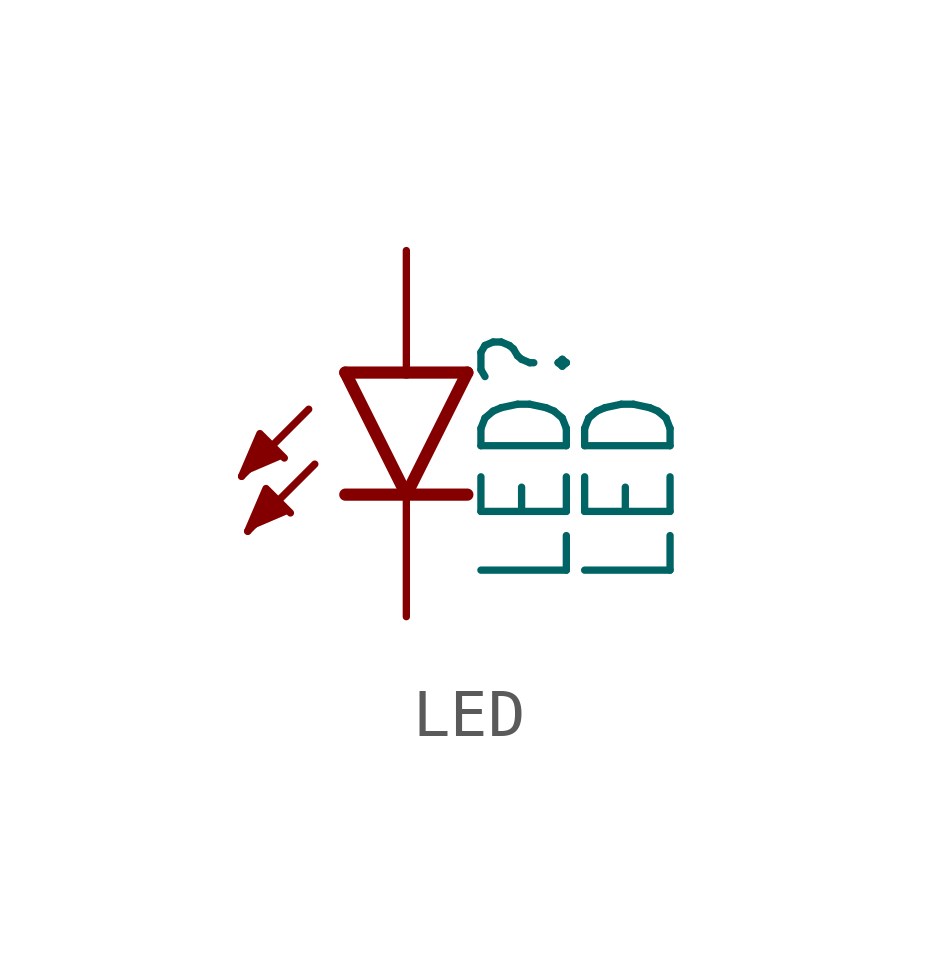
<source format=kicad_sym>
(kicad_symbol_lib
  (version 20210619)
  (generator kicad_symbol_editor)
  (symbol "LED"
    (property "Reference" "LED"
      (at 3.556 -4.572 90)
      (effects (font (size 1.778 1.511)) (justify left bottom)))
    (property "Value" "LED"
      (at 5.715 -4.572 90)
      (effects (font (size 1.778 1.511)) (justify left bottom)))
    (property "ki_locked" ""
      (at 0 0 0)
      (effects (font (size 1.27 1.27))))
    (symbol "LED_1_0"
      (polyline (pts (xy -2.032 -0.762) (xy -3.429 -2.159)) (stroke (width 0.152)) (fill (type none)))
      (polyline (pts (xy -1.905 -1.905) (xy -3.302 -3.302)) (stroke (width 0.152)) (fill (type none)))
      (polyline (pts (xy 0 -2.54) (xy -1.27 -2.54)) (stroke (width 0.254)) (fill (type none)))
      (polyline (pts (xy 0 -2.54) (xy -1.27 0)) (stroke (width 0.254)) (fill (type none)))
      (polyline (pts (xy 0 0) (xy -1.27 0)) (stroke (width 0.254)) (fill (type none)))
      (polyline (pts (xy 1.27 -2.54) (xy 0 -2.54)) (stroke (width 0.254)) (fill (type none)))
      (polyline (pts (xy 1.27 0) (xy 0 -2.54)) (stroke (width 0.254)) (fill (type none)))
      (polyline (pts (xy 1.27 0) (xy 0 0)) (stroke (width 0.254)) (fill (type none)))
      (polyline (pts (xy -3.429 -2.159) (xy -3.048 -1.27) (xy -2.54 -1.778)) (stroke (width 0)) (fill (type outline)))
      (polyline (pts (xy -3.302 -3.302) (xy -2.921 -2.413) (xy -2.413 -2.921)) (stroke (width 0)) (fill (type outline)))
      (pin passive line (at 0 2.54 270) (length 2.54) (name "A" (effects (font (size 0 0)))) (number "A@1" (effects (font (size 0 0)))))
      (pin passive line (at 0 -5.08 90) (length 2.54) (name "C" (effects (font (size 0 0)))) (number "C@1" (effects (font (size 0 0))))))))
</source>
